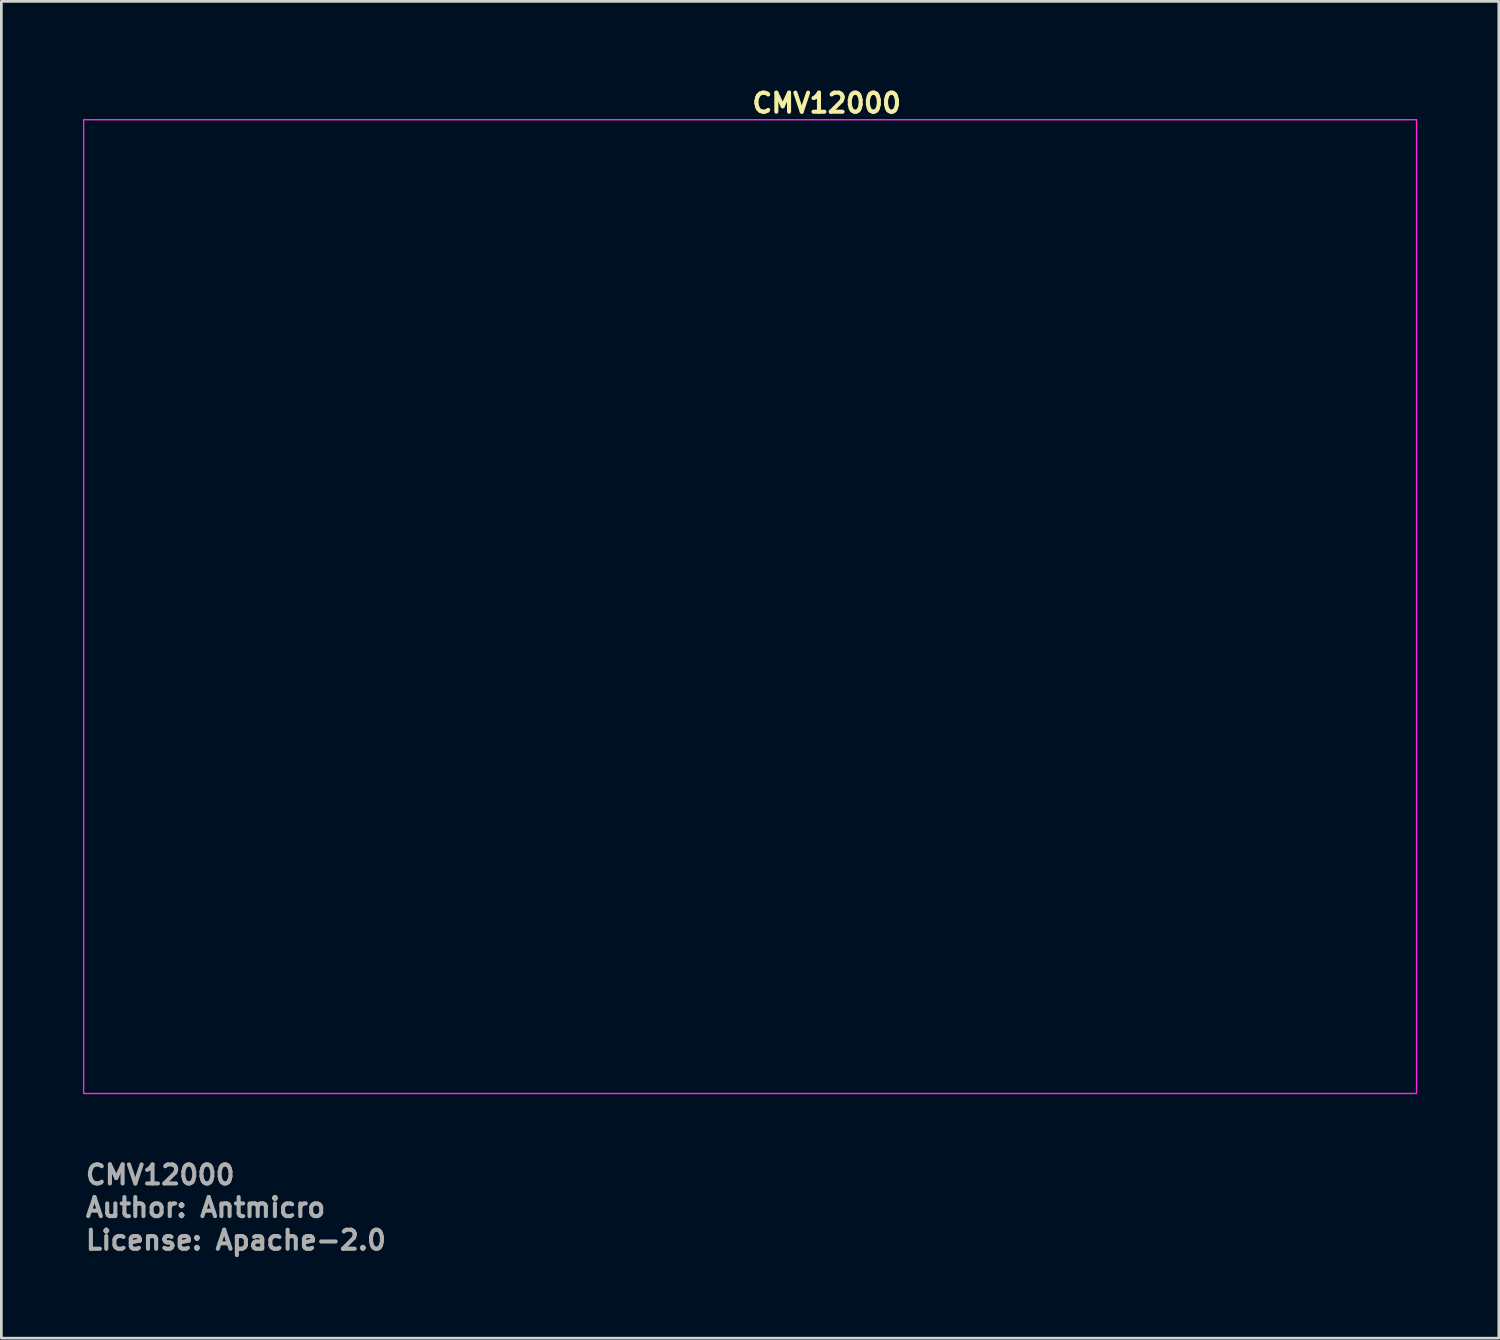
<source format=kicad_pcb>
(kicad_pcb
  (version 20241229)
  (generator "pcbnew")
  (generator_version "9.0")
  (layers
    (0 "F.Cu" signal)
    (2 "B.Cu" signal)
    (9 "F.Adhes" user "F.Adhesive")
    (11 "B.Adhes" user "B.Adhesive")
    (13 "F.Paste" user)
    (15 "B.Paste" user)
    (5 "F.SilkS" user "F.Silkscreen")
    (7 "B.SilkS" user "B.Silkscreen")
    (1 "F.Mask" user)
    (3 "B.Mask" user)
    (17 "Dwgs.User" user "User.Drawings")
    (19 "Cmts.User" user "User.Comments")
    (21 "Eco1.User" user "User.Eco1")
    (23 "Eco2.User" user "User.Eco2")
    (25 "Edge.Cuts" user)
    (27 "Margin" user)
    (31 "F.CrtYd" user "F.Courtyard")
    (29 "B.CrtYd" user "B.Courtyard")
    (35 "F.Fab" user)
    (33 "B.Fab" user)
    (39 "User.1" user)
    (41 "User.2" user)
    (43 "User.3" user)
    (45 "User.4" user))
  (footprint "CMV12000"
    (layer "F.Cu")
    (at 24.525 19.25)
    (property "Reference" "CMV12000" (at 0 -18.1 0) (unlocked yes) (layer "F.SilkS") (effects (font (size 0.7 0.7) (thickness 0.15)) (justify left bottom)))
    (attr exclude_from_pos_files exclude_from_bom)
    (fp_rect (start -24.5 -17.9) (end 24.5 17.9) (stroke (width 0.05) (type solid)) (fill no) (layer "F.CrtYd"))
    (fp_rect (start -23.5 -16.9) (end 23.5 16.9) (stroke (width 0.1) (type solid)) (fill no) (layer "User.5"))
    (fp_line (start -23.5 -16.4) (end -23.25 -16.65) (stroke (width 0.02) (type solid)) (layer "User.9"))
    (fp_line (start -23.5 -13.4) (end -23.5 -16.4) (stroke (width 0.02) (type solid)) (layer "User.9"))
    (fp_line (start -23.5 -8.4) (end -23.5 -13.4) (stroke (width 0.02) (type solid)) (layer "User.9"))
    (fp_line (start -23.5 -8.4) (end -23.25 -8.65) (stroke (width 0.02) (type solid)) (layer "User.9"))
    (fp_line (start -23.5 -2.25) (end -23.5 -8.4) (stroke (width 0.02) (type solid)) (layer "User.9"))
    (fp_line (start -23.5 2.25) (end -23.25 2) (stroke (width 0.02) (type solid)) (layer "User.9"))
    (fp_line (start -23.5 8.4) (end -23.5 2.25) (stroke (width 0.02) (type solid)) (layer "User.9"))
    (fp_line (start -23.5 8.4) (end -23.5 13.4) (stroke (width 0.02) (type solid)) (layer "User.9"))
    (fp_line (start -23.5 13.4) (end -23.25 13.15) (stroke (width 0.02) (type solid)) (layer "User.9"))
    (fp_line (start -23.5 16.4) (end -23.5 13.4) (stroke (width 0.02) (type solid)) (layer "User.9"))
    (fp_line (start -23.25 -16.65) (end -23.25 -13.15) (stroke (width 0.02) (type solid)) (layer "User.9"))
    (fp_line (start -23.25 -16.65) (end -23 -16.9) (stroke (width 0.02) (type solid)) (layer "User.9"))
    (fp_line (start -23.25 -13.15) (end -23.5 -13.4) (stroke (width 0.02) (type solid)) (layer "User.9"))
    (fp_line (start -23.25 -13.15) (end -23 -12.9) (stroke (width 0.02) (type solid)) (layer "User.9"))
    (fp_line (start -23.25 -8.65) (end -23.25 -2) (stroke (width 0.02) (type solid)) (layer "User.9"))
    (fp_line (start -23.25 -2) (end -23.5 -2.25) (stroke (width 0.02) (type solid)) (layer "User.9"))
    (fp_line (start -23.25 -2) (end -23 -1.75) (stroke (width 0.02) (type solid)) (layer "User.9"))
    (fp_line (start -23.25 2) (end -23.25 8.65) (stroke (width 0.02) (type solid)) (layer "User.9"))
    (fp_line (start -23.25 8.65) (end -23.5 8.4) (stroke (width 0.02) (type solid)) (layer "User.9"))
    (fp_line (start -23.25 8.65) (end -23 8.9) (stroke (width 0.02) (type solid)) (layer "User.9"))
    (fp_line (start -23.25 13.15) (end -23.25 16.65) (stroke (width 0.02) (type solid)) (layer "User.9"))
    (fp_line (start -23.25 16.65) (end -23.5 16.4) (stroke (width 0.02) (type solid)) (layer "User.9"))
    (fp_line (start -23.25 16.65) (end 23.25 16.65) (stroke (width 0.02) (type solid)) (layer "User.9"))
    (fp_line (start -23 -16.9) (end 23 -16.9) (stroke (width 0.02) (type solid)) (layer "User.9"))
    (fp_line (start -23 -8.9) (end -23.25 -8.65) (stroke (width 0.02) (type solid)) (layer "User.9"))
    (fp_line (start -23 -8.9) (end -19.5 -8.9) (stroke (width 0.02) (type solid)) (layer "User.9"))
    (fp_line (start -23 1.75) (end -23.25 2) (stroke (width 0.02) (type solid)) (layer "User.9"))
    (fp_line (start -23 1.75) (end -21.5 1.75) (stroke (width 0.02) (type solid)) (layer "User.9"))
    (fp_line (start -23 8.9) (end -19.5 8.9) (stroke (width 0.02) (type solid)) (layer "User.9"))
    (fp_line (start -23 12.9) (end -23.25 13.15) (stroke (width 0.02) (type solid)) (layer "User.9"))
    (fp_line (start -23 16.9) (end -23.25 16.65) (stroke (width 0.02) (type solid)) (layer "User.9"))
    (fp_line (start -21.5 -1.75) (end -23 -1.75) (stroke (width 0.02) (type solid)) (layer "User.9"))
    (fp_line (start -19.5 -12.9) (end -23 -12.9) (stroke (width 0.02) (type solid)) (layer "User.9"))
    (fp_line (start -19.5 -8.9) (end -19.5 -12.9) (stroke (width 0.02) (type solid)) (layer "User.9"))
    (fp_line (start -19.5 8.9) (end -19.5 12.9) (stroke (width 0.02) (type solid)) (layer "User.9"))
    (fp_line (start -19.5 12.9) (end -23 12.9) (stroke (width 0.02) (type solid)) (layer "User.9"))
    (fp_line (start -16.85 -16.4) (end -16.85 16.4) (stroke (width 0.02) (type solid)) (layer "User.9"))
    (fp_line (start -16.85 16.4) (end 16.85 16.4) (stroke (width 0.02) (type solid)) (layer "User.9"))
    (fp_line (start 16.85 -16.4) (end -16.85 -16.4) (stroke (width 0.02) (type solid)) (layer "User.9"))
    (fp_line (start 16.85 16.4) (end 16.85 -16.4) (stroke (width 0.02) (type solid)) (layer "User.9"))
    (fp_line (start 19.5 -12.9) (end 23 -12.9) (stroke (width 0.02) (type solid)) (layer "User.9"))
    (fp_line (start 19.5 -8.9) (end 19.5 -12.9) (stroke (width 0.02) (type solid)) (layer "User.9"))
    (fp_line (start 19.5 8.9) (end 19.5 12.9) (stroke (width 0.02) (type solid)) (layer "User.9"))
    (fp_line (start 19.5 12.9) (end 23 12.9) (stroke (width 0.02) (type solid)) (layer "User.9"))
    (fp_line (start 21.5 -1.75) (end 23 -1.75) (stroke (width 0.02) (type solid)) (layer "User.9"))
    (fp_line (start 23 -16.9) (end 23.25 -16.65) (stroke (width 0.02) (type solid)) (layer "User.9"))
    (fp_line (start 23 -12.9) (end 23.25 -13.15) (stroke (width 0.02) (type solid)) (layer "User.9"))
    (fp_line (start 23 -8.9) (end 19.5 -8.9) (stroke (width 0.02) (type solid)) (layer "User.9"))
    (fp_line (start 23 -1.75) (end 23.25 -2) (stroke (width 0.02) (type solid)) (layer "User.9"))
    (fp_line (start 23 1.75) (end 21.5 1.75) (stroke (width 0.02) (type solid)) (layer "User.9"))
    (fp_line (start 23 8.9) (end 19.5 8.9) (stroke (width 0.02) (type solid)) (layer "User.9"))
    (fp_line (start 23 8.9) (end 23.25 8.65) (stroke (width 0.02) (type solid)) (layer "User.9"))
    (fp_line (start 23 16.9) (end -23 16.9) (stroke (width 0.02) (type solid)) (layer "User.9"))
    (fp_line (start 23.25 -16.65) (end -23.25 -16.65) (stroke (width 0.02) (type solid)) (layer "User.9"))
    (fp_line (start 23.25 -16.65) (end 23.5 -16.4) (stroke (width 0.02) (type solid)) (layer "User.9"))
    (fp_line (start 23.25 -13.15) (end 23.25 -16.65) (stroke (width 0.02) (type solid)) (layer "User.9"))
    (fp_line (start 23.25 -8.65) (end 23 -8.9) (stroke (width 0.02) (type solid)) (layer "User.9"))
    (fp_line (start 23.25 -8.65) (end 23.5 -8.4) (stroke (width 0.02) (type solid)) (layer "User.9"))
    (fp_line (start 23.25 -2) (end 23.25 -8.65) (stroke (width 0.02) (type solid)) (layer "User.9"))
    (fp_line (start 23.25 2) (end 23 1.75) (stroke (width 0.02) (type solid)) (layer "User.9"))
    (fp_line (start 23.25 2) (end 23.5 2.25) (stroke (width 0.02) (type solid)) (layer "User.9"))
    (fp_line (start 23.25 8.65) (end 23.25 2) (stroke (width 0.02) (type solid)) (layer "User.9"))
    (fp_line (start 23.25 13.15) (end 23 12.9) (stroke (width 0.02) (type solid)) (layer "User.9"))
    (fp_line (start 23.25 13.15) (end 23.5 13.4) (stroke (width 0.02) (type solid)) (layer "User.9"))
    (fp_line (start 23.25 16.65) (end 23 16.9) (stroke (width 0.02) (type solid)) (layer "User.9"))
    (fp_line (start 23.25 16.65) (end 23.25 13.15) (stroke (width 0.02) (type solid)) (layer "User.9"))
    (fp_line (start 23.5 -16.4) (end 23.5 -13.4) (stroke (width 0.02) (type solid)) (layer "User.9"))
    (fp_line (start 23.5 -13.4) (end 23.25 -13.15) (stroke (width 0.02) (type solid)) (layer "User.9"))
    (fp_line (start 23.5 -8.4) (end 23.5 -13.4) (stroke (width 0.02) (type solid)) (layer "User.9"))
    (fp_line (start 23.5 -8.4) (end 23.5 -2.25) (stroke (width 0.02) (type solid)) (layer "User.9"))
    (fp_line (start 23.5 -2.25) (end 23.25 -2) (stroke (width 0.02) (type solid)) (layer "User.9"))
    (fp_line (start 23.5 2.25) (end 23.5 8.4) (stroke (width 0.02) (type solid)) (layer "User.9"))
    (fp_line (start 23.5 8.4) (end 23.25 8.65) (stroke (width 0.02) (type solid)) (layer "User.9"))
    (fp_line (start 23.5 8.4) (end 23.5 13.4) (stroke (width 0.02) (type solid)) (layer "User.9"))
    (fp_line (start 23.5 13.4) (end 23.5 16.4) (stroke (width 0.02) (type solid)) (layer "User.9"))
    (fp_line (start 23.5 16.4) (end 23.25 16.65) (stroke (width 0.02) (type solid)) (layer "User.9"))
    (fp_arc (start -21.5 -1.75) (mid -19.75 0) (end -21.5 1.75) (stroke (width 0.02) (type default)) (layer "User.9"))
    (fp_arc (start 21.5 1.75) (mid 19.75 0) (end 21.5 -1.75) (stroke (width 0.02) (type default)) (layer "User.9"))
    (fp_circle (center -21.5 14.9) (end -21 14.9) (stroke (width 0.02) (type default)) (fill no) (layer "User.9"))
    (fp_text user "License: Apache-2.0" (at -24.5 23.7 0) (layer "F.Fab") (effects (font (size 0.7 0.7) (thickness 0.15)) (justify left bottom)))
    (fp_text user "${REFERENCE}" (at -24.5 21.3 0) (unlocked yes) (layer "F.Fab") (effects (font (size 0.7 0.7) (thickness 0.15)) (justify left bottom)))
    (fp_text user "Author: Antmicro" (at -24.5 22.5 0) (layer "F.Fab") (effects (font (size 0.7 0.7) (thickness 0.15)) (justify left bottom))))
  (gr_rect
    (start -3 -3)
    (end 52.05 46.145)
    (stroke (width 0.1) (type default))
    (fill no)
    (layer "Edge.Cuts")))
</source>
